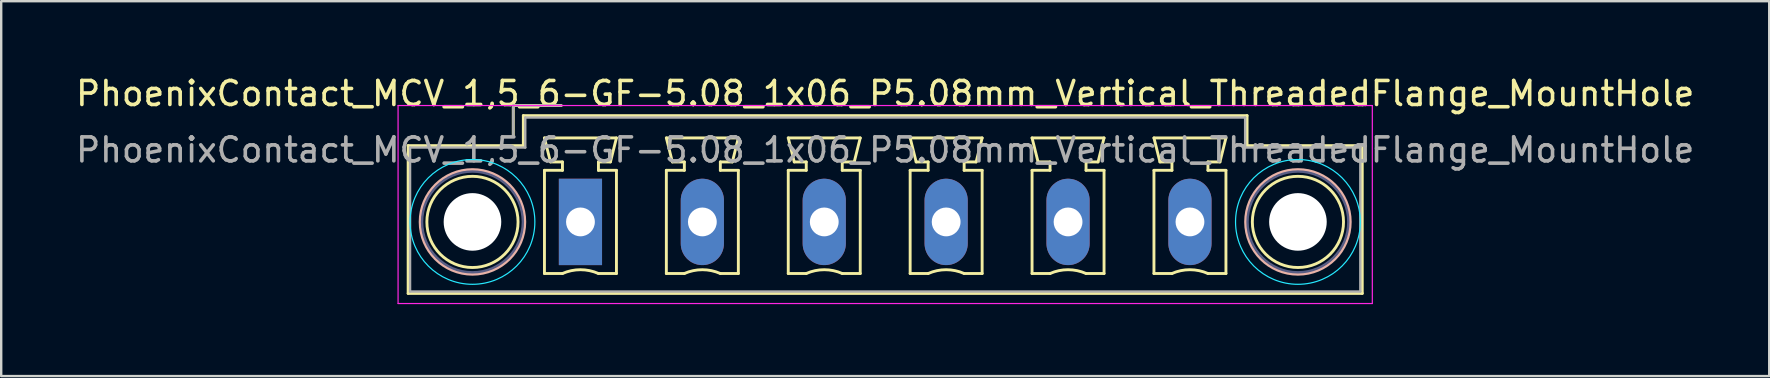
<source format=kicad_pcb>
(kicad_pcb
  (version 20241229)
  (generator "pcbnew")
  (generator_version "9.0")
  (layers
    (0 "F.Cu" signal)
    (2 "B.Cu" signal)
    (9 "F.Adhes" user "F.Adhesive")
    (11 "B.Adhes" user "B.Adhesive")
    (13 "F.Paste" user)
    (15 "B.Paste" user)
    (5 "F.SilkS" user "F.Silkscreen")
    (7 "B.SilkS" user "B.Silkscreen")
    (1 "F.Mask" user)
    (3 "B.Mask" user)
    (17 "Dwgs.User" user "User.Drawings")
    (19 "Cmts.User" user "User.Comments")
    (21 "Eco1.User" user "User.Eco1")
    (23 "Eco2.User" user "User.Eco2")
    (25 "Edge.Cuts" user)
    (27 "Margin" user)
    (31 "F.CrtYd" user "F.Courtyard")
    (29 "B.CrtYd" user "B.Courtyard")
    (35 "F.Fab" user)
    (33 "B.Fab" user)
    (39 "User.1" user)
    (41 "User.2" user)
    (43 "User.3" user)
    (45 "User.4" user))
  (footprint "PhoenixContact_MCV_1,5_6-GF-5.08_1x06_P5.08mm_Vertical_ThreadedFlange_MountHole"
    (layer "F.Cu")
    (at 21.139 6.198)
    (property "Reference" "PhoenixContact_MCV_1,5_6-GF-5.08_1x06_P5.08mm_Vertical_ThreadedFlange_MountHole" (at 12.7 -5.35 0) (layer "F.SilkS") (effects (font (size 1 1) (thickness 0.15))))
    (attr through_hole)
    (fp_line (start -7.18 -3.18) (end -7.18 2.98) (stroke (width 0.12) (type solid)) (layer "F.SilkS"))
    (fp_line (start -7.18 2.98) (end 32.58 2.98) (stroke (width 0.12) (type solid)) (layer "F.SilkS"))
    (fp_line (start -2.8 -4.85) (end -0.8 -4.85) (stroke (width 0.12) (type solid)) (layer "F.SilkS"))
    (fp_line (start -2.8 -3.6) (end -2.8 -4.85) (stroke (width 0.12) (type solid)) (layer "F.SilkS"))
    (fp_line (start -2.38 -4.43) (end -2.38 -3.18) (stroke (width 0.12) (type solid)) (layer "F.SilkS"))
    (fp_line (start -2.38 -3.18) (end -7.18 -3.18) (stroke (width 0.12) (type solid)) (layer "F.SilkS"))
    (fp_line (start -1.5 -3.5) (end 1.5 -3.5) (stroke (width 0.12) (type solid)) (layer "F.SilkS"))
    (fp_line (start -1.5 -2.15) (end -0.75 -2.15) (stroke (width 0.12) (type solid)) (layer "F.SilkS"))
    (fp_line (start -1.5 2.15) (end -1.5 -2.15) (stroke (width 0.12) (type solid)) (layer "F.SilkS"))
    (fp_line (start -1.25 -2.5) (end -1.5 -3.5) (stroke (width 0.12) (type solid)) (layer "F.SilkS"))
    (fp_line (start -0.75 -2.5) (end -1.25 -2.5) (stroke (width 0.12) (type solid)) (layer "F.SilkS"))
    (fp_line (start -0.75 -2.15) (end -0.75 -2.5) (stroke (width 0.12) (type solid)) (layer "F.SilkS"))
    (fp_line (start -0.75 2.15) (end -1.5 2.15) (stroke (width 0.12) (type solid)) (layer "F.SilkS"))
    (fp_line (start 0.75 -2.5) (end 0.75 -2.15) (stroke (width 0.12) (type solid)) (layer "F.SilkS"))
    (fp_line (start 0.75 -2.15) (end 1.5 -2.15) (stroke (width 0.12) (type solid)) (layer "F.SilkS"))
    (fp_line (start 1.25 -2.5) (end 0.75 -2.5) (stroke (width 0.12) (type solid)) (layer "F.SilkS"))
    (fp_line (start 1.5 -3.5) (end 1.25 -2.5) (stroke (width 0.12) (type solid)) (layer "F.SilkS"))
    (fp_line (start 1.5 -2.15) (end 1.5 2.15) (stroke (width 0.12) (type solid)) (layer "F.SilkS"))
    (fp_line (start 1.5 2.15) (end 0.75 2.15) (stroke (width 0.12) (type solid)) (layer "F.SilkS"))
    (fp_line (start 3.58 -3.5) (end 6.58 -3.5) (stroke (width 0.12) (type solid)) (layer "F.SilkS"))
    (fp_line (start 3.58 -2.15) (end 4.33 -2.15) (stroke (width 0.12) (type solid)) (layer "F.SilkS"))
    (fp_line (start 3.58 2.15) (end 3.58 -2.15) (stroke (width 0.12) (type solid)) (layer "F.SilkS"))
    (fp_line (start 3.83 -2.5) (end 3.58 -3.5) (stroke (width 0.12) (type solid)) (layer "F.SilkS"))
    (fp_line (start 4.33 -2.5) (end 3.83 -2.5) (stroke (width 0.12) (type solid)) (layer "F.SilkS"))
    (fp_line (start 4.33 -2.15) (end 4.33 -2.5) (stroke (width 0.12) (type solid)) (layer "F.SilkS"))
    (fp_line (start 4.33 2.15) (end 3.58 2.15) (stroke (width 0.12) (type solid)) (layer "F.SilkS"))
    (fp_line (start 5.83 -2.5) (end 5.83 -2.15) (stroke (width 0.12) (type solid)) (layer "F.SilkS"))
    (fp_line (start 5.83 -2.15) (end 6.58 -2.15) (stroke (width 0.12) (type solid)) (layer "F.SilkS"))
    (fp_line (start 6.33 -2.5) (end 5.83 -2.5) (stroke (width 0.12) (type solid)) (layer "F.SilkS"))
    (fp_line (start 6.58 -3.5) (end 6.33 -2.5) (stroke (width 0.12) (type solid)) (layer "F.SilkS"))
    (fp_line (start 6.58 -2.15) (end 6.58 2.15) (stroke (width 0.12) (type solid)) (layer "F.SilkS"))
    (fp_line (start 6.58 2.15) (end 5.83 2.15) (stroke (width 0.12) (type solid)) (layer "F.SilkS"))
    (fp_line (start 8.66 -3.5) (end 11.66 -3.5) (stroke (width 0.12) (type solid)) (layer "F.SilkS"))
    (fp_line (start 8.66 -2.15) (end 9.41 -2.15) (stroke (width 0.12) (type solid)) (layer "F.SilkS"))
    (fp_line (start 8.66 2.15) (end 8.66 -2.15) (stroke (width 0.12) (type solid)) (layer "F.SilkS"))
    (fp_line (start 8.91 -2.5) (end 8.66 -3.5) (stroke (width 0.12) (type solid)) (layer "F.SilkS"))
    (fp_line (start 9.41 -2.5) (end 8.91 -2.5) (stroke (width 0.12) (type solid)) (layer "F.SilkS"))
    (fp_line (start 9.41 -2.15) (end 9.41 -2.5) (stroke (width 0.12) (type solid)) (layer "F.SilkS"))
    (fp_line (start 9.41 2.15) (end 8.66 2.15) (stroke (width 0.12) (type solid)) (layer "F.SilkS"))
    (fp_line (start 10.91 -2.5) (end 10.91 -2.15) (stroke (width 0.12) (type solid)) (layer "F.SilkS"))
    (fp_line (start 10.91 -2.15) (end 11.66 -2.15) (stroke (width 0.12) (type solid)) (layer "F.SilkS"))
    (fp_line (start 11.41 -2.5) (end 10.91 -2.5) (stroke (width 0.12) (type solid)) (layer "F.SilkS"))
    (fp_line (start 11.66 -3.5) (end 11.41 -2.5) (stroke (width 0.12) (type solid)) (layer "F.SilkS"))
    (fp_line (start 11.66 -2.15) (end 11.66 2.15) (stroke (width 0.12) (type solid)) (layer "F.SilkS"))
    (fp_line (start 11.66 2.15) (end 10.91 2.15) (stroke (width 0.12) (type solid)) (layer "F.SilkS"))
    (fp_line (start 13.74 -3.5) (end 16.74 -3.5) (stroke (width 0.12) (type solid)) (layer "F.SilkS"))
    (fp_line (start 13.74 -2.15) (end 14.49 -2.15) (stroke (width 0.12) (type solid)) (layer "F.SilkS"))
    (fp_line (start 13.74 2.15) (end 13.74 -2.15) (stroke (width 0.12) (type solid)) (layer "F.SilkS"))
    (fp_line (start 13.99 -2.5) (end 13.74 -3.5) (stroke (width 0.12) (type solid)) (layer "F.SilkS"))
    (fp_line (start 14.49 -2.5) (end 13.99 -2.5) (stroke (width 0.12) (type solid)) (layer "F.SilkS"))
    (fp_line (start 14.49 -2.15) (end 14.49 -2.5) (stroke (width 0.12) (type solid)) (layer "F.SilkS"))
    (fp_line (start 14.49 2.15) (end 13.74 2.15) (stroke (width 0.12) (type solid)) (layer "F.SilkS"))
    (fp_line (start 15.99 -2.5) (end 15.99 -2.15) (stroke (width 0.12) (type solid)) (layer "F.SilkS"))
    (fp_line (start 15.99 -2.15) (end 16.74 -2.15) (stroke (width 0.12) (type solid)) (layer "F.SilkS"))
    (fp_line (start 16.49 -2.5) (end 15.99 -2.5) (stroke (width 0.12) (type solid)) (layer "F.SilkS"))
    (fp_line (start 16.74 -3.5) (end 16.49 -2.5) (stroke (width 0.12) (type solid)) (layer "F.SilkS"))
    (fp_line (start 16.74 -2.15) (end 16.74 2.15) (stroke (width 0.12) (type solid)) (layer "F.SilkS"))
    (fp_line (start 16.74 2.15) (end 15.99 2.15) (stroke (width 0.12) (type solid)) (layer "F.SilkS"))
    (fp_line (start 18.82 -3.5) (end 21.82 -3.5) (stroke (width 0.12) (type solid)) (layer "F.SilkS"))
    (fp_line (start 18.82 -2.15) (end 19.57 -2.15) (stroke (width 0.12) (type solid)) (layer "F.SilkS"))
    (fp_line (start 18.82 2.15) (end 18.82 -2.15) (stroke (width 0.12) (type solid)) (layer "F.SilkS"))
    (fp_line (start 19.07 -2.5) (end 18.82 -3.5) (stroke (width 0.12) (type solid)) (layer "F.SilkS"))
    (fp_line (start 19.57 -2.5) (end 19.07 -2.5) (stroke (width 0.12) (type solid)) (layer "F.SilkS"))
    (fp_line (start 19.57 -2.15) (end 19.57 -2.5) (stroke (width 0.12) (type solid)) (layer "F.SilkS"))
    (fp_line (start 19.57 2.15) (end 18.82 2.15) (stroke (width 0.12) (type solid)) (layer "F.SilkS"))
    (fp_line (start 21.07 -2.5) (end 21.07 -2.15) (stroke (width 0.12) (type solid)) (layer "F.SilkS"))
    (fp_line (start 21.07 -2.15) (end 21.82 -2.15) (stroke (width 0.12) (type solid)) (layer "F.SilkS"))
    (fp_line (start 21.57 -2.5) (end 21.07 -2.5) (stroke (width 0.12) (type solid)) (layer "F.SilkS"))
    (fp_line (start 21.82 -3.5) (end 21.57 -2.5) (stroke (width 0.12) (type solid)) (layer "F.SilkS"))
    (fp_line (start 21.82 -2.15) (end 21.82 2.15) (stroke (width 0.12) (type solid)) (layer "F.SilkS"))
    (fp_line (start 21.82 2.15) (end 21.07 2.15) (stroke (width 0.12) (type solid)) (layer "F.SilkS"))
    (fp_line (start 23.9 -3.5) (end 26.9 -3.5) (stroke (width 0.12) (type solid)) (layer "F.SilkS"))
    (fp_line (start 23.9 -2.15) (end 24.65 -2.15) (stroke (width 0.12) (type solid)) (layer "F.SilkS"))
    (fp_line (start 23.9 2.15) (end 23.9 -2.15) (stroke (width 0.12) (type solid)) (layer "F.SilkS"))
    (fp_line (start 24.15 -2.5) (end 23.9 -3.5) (stroke (width 0.12) (type solid)) (layer "F.SilkS"))
    (fp_line (start 24.65 -2.5) (end 24.15 -2.5) (stroke (width 0.12) (type solid)) (layer "F.SilkS"))
    (fp_line (start 24.65 -2.15) (end 24.65 -2.5) (stroke (width 0.12) (type solid)) (layer "F.SilkS"))
    (fp_line (start 24.65 2.15) (end 23.9 2.15) (stroke (width 0.12) (type solid)) (layer "F.SilkS"))
    (fp_line (start 26.15 -2.5) (end 26.15 -2.15) (stroke (width 0.12) (type solid)) (layer "F.SilkS"))
    (fp_line (start 26.15 -2.15) (end 26.9 -2.15) (stroke (width 0.12) (type solid)) (layer "F.SilkS"))
    (fp_line (start 26.65 -2.5) (end 26.15 -2.5) (stroke (width 0.12) (type solid)) (layer "F.SilkS"))
    (fp_line (start 26.9 -3.5) (end 26.65 -2.5) (stroke (width 0.12) (type solid)) (layer "F.SilkS"))
    (fp_line (start 26.9 -2.15) (end 26.9 2.15) (stroke (width 0.12) (type solid)) (layer "F.SilkS"))
    (fp_line (start 26.9 2.15) (end 26.15 2.15) (stroke (width 0.12) (type solid)) (layer "F.SilkS"))
    (fp_line (start 27.78 -4.43) (end -2.38 -4.43) (stroke (width 0.12) (type solid)) (layer "F.SilkS"))
    (fp_line (start 27.78 -3.18) (end 27.78 -4.43) (stroke (width 0.12) (type solid)) (layer "F.SilkS"))
    (fp_line (start 32.58 -3.18) (end 27.78 -3.18) (stroke (width 0.12) (type solid)) (layer "F.SilkS"))
    (fp_line (start 32.58 2.98) (end 32.58 -3.18) (stroke (width 0.12) (type solid)) (layer "F.SilkS"))
    (fp_arc (start -0.75 2.15) (mid -0.000193 1.99191) (end 0.749647 2.149844) (stroke (width 0.12) (type solid)) (layer "F.SilkS"))
    (fp_arc (start 4.33 2.15) (mid 5.079807 1.99191) (end 5.829647 2.149844) (stroke (width 0.12) (type solid)) (layer "F.SilkS"))
    (fp_arc (start 9.41 2.15) (mid 10.159807 1.99191) (end 10.909647 2.149844) (stroke (width 0.12) (type solid)) (layer "F.SilkS"))
    (fp_arc (start 14.49 2.15) (mid 15.239807 1.99191) (end 15.989647 2.149844) (stroke (width 0.12) (type solid)) (layer "F.SilkS"))
    (fp_arc (start 19.57 2.15) (mid 20.319807 1.99191) (end 21.069647 2.149844) (stroke (width 0.12) (type solid)) (layer "F.SilkS"))
    (fp_arc (start 24.65 2.15) (mid 25.399807 1.99191) (end 26.149647 2.149844) (stroke (width 0.12) (type solid)) (layer "F.SilkS"))
    (fp_circle (center -4.5 0) (end -2.6 0) (stroke (width 0.12) (type solid)) (fill no) (layer "F.SilkS"))
    (fp_circle (center 29.9 0) (end 31.8 0) (stroke (width 0.12) (type solid)) (fill no) (layer "F.SilkS"))
    (fp_circle (center -4.5 0) (end -2.32 0) (stroke (width 0.12) (type solid)) (fill no) (layer "B.SilkS"))
    (fp_circle (center 29.9 0) (end 32.08 0) (stroke (width 0.12) (type solid)) (fill no) (layer "B.SilkS"))
    (fp_circle (center -4.5 0) (end -1.9 0) (stroke (width 0.05) (type solid)) (fill no) (layer "B.CrtYd"))
    (fp_circle (center 29.9 0) (end 32.5 0) (stroke (width 0.05) (type solid)) (fill no) (layer "B.CrtYd"))
    (fp_line (start -7.6 -4.85) (end -7.6 3.4) (stroke (width 0.05) (type solid)) (layer "F.CrtYd"))
    (fp_line (start -7.6 3.4) (end 33 3.4) (stroke (width 0.05) (type solid)) (layer "F.CrtYd"))
    (fp_line (start 33 -4.85) (end -7.6 -4.85) (stroke (width 0.05) (type solid)) (layer "F.CrtYd"))
    (fp_line (start 33 3.4) (end 33 -4.85) (stroke (width 0.05) (type solid)) (layer "F.CrtYd"))
    (fp_circle (center -4.5 0) (end -2.4 0) (stroke (width 0.1) (type solid)) (fill no) (layer "B.Fab"))
    (fp_circle (center 29.9 0) (end 32 0) (stroke (width 0.1) (type solid)) (fill no) (layer "B.Fab"))
    (fp_line (start -7.1 -3.1) (end -7.1 2.9) (stroke (width 0.1) (type solid)) (layer "F.Fab"))
    (fp_line (start -7.1 2.9) (end 32.5 2.9) (stroke (width 0.1) (type solid)) (layer "F.Fab"))
    (fp_line (start -2.8 -4.85) (end -0.8 -4.85) (stroke (width 0.1) (type solid)) (layer "F.Fab"))
    (fp_line (start -2.8 -3.6) (end -2.8 -4.85) (stroke (width 0.1) (type solid)) (layer "F.Fab"))
    (fp_line (start -2.3 -4.35) (end -2.3 -3.1) (stroke (width 0.1) (type solid)) (layer "F.Fab"))
    (fp_line (start -2.3 -3.1) (end -7.1 -3.1) (stroke (width 0.1) (type solid)) (layer "F.Fab"))
    (fp_line (start 27.7 -4.35) (end -2.3 -4.35) (stroke (width 0.1) (type solid)) (layer "F.Fab"))
    (fp_line (start 27.7 -3.1) (end 27.7 -4.35) (stroke (width 0.1) (type solid)) (layer "F.Fab"))
    (fp_line (start 32.5 -3.1) (end 27.7 -3.1) (stroke (width 0.1) (type solid)) (layer "F.Fab"))
    (fp_line (start 32.5 2.9) (end 32.5 -3.1) (stroke (width 0.1) (type solid)) (layer "F.Fab"))
    (fp_text user "${REFERENCE}" (at 12.7 -3 0) (layer "F.Fab") (effects (font (size 1 1) (thickness 0.15))))
    (pad "" np_thru_hole circle (at -4.5 0) (size 2.4 2.4) (drill 2.4) (layers "*.Cu" "*.Mask"))
    (pad "" np_thru_hole circle (at 29.9 0) (size 2.4 2.4) (drill 2.4) (layers "*.Cu" "*.Mask"))
    (pad "1" thru_hole rect (at 0 0) (size 1.8 3.6) (drill 1.2) (layers "*.Cu" "*.Mask"))
    (pad "2" thru_hole oval (at 5.08 0) (size 1.8 3.6) (drill 1.2) (layers "*.Cu" "*.Mask"))
    (pad "3" thru_hole oval (at 10.16 0) (size 1.8 3.6) (drill 1.2) (layers "*.Cu" "*.Mask"))
    (pad "4" thru_hole oval (at 15.24 0) (size 1.8 3.6) (drill 1.2) (layers "*.Cu" "*.Mask"))
    (pad "5" thru_hole oval (at 20.32 0) (size 1.8 3.6) (drill 1.2) (layers "*.Cu" "*.Mask"))
    (pad "6" thru_hole oval (at 25.4 0) (size 1.8 3.6) (drill 1.2) (layers "*.Cu" "*.Mask")))
  (gr_rect
    (start -3 -3)
    (end 70.679 12.623)
    (stroke (width 0.1) (type default))
    (fill no)
    (layer "Edge.Cuts")))
</source>
